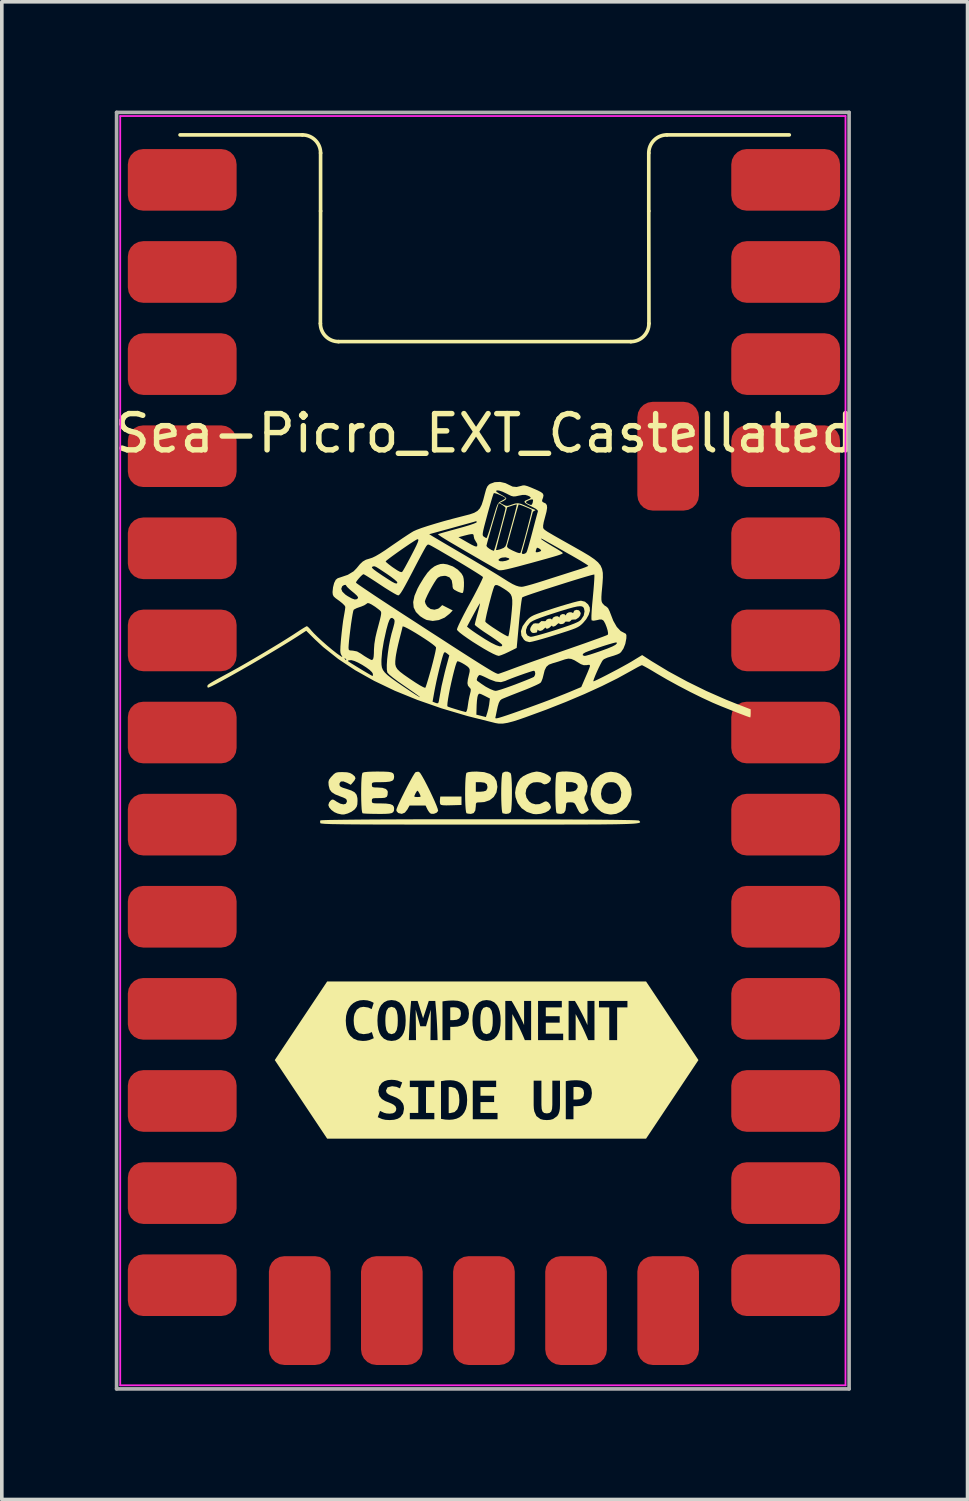
<source format=kicad_pcb>
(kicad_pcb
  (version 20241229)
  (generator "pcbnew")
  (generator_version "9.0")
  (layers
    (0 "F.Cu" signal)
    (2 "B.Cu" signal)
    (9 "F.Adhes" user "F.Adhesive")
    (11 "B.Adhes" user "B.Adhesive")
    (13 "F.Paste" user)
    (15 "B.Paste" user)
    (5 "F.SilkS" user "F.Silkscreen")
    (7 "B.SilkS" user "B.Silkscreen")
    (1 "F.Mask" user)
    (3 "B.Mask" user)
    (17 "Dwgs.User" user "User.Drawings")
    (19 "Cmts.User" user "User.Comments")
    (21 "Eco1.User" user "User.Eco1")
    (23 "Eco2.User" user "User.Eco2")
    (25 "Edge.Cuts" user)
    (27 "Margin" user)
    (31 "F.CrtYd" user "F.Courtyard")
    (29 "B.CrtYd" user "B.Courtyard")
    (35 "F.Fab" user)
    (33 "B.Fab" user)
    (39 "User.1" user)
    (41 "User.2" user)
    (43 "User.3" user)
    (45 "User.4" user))
  (footprint "Sea-Picro_EXT_Castellated"
    (layer "F.Cu")
    (at 10.265 17.15)
    (property "Reference" "Sea-Picro_EXT_Castellated" (at 0.05 -8.25 0) (unlocked yes) (layer "F.SilkS") (effects (font (size 1 1) (thickness 0.15))))
    (attr smd exclude_from_pos_files)
    (fp_line (start -4.975 -16.48) (end -8.35 -16.48) (stroke (width 0.1) (type solid)) (layer "F.SilkS"))
    (fp_line (start -4.475 -14.38) (end -4.48 -11.28) (stroke (width 0.1) (type solid)) (layer "F.SilkS"))
    (fp_line (start -4.475 -14.38) (end -4.475 -15.98) (stroke (width 0.1) (type solid)) (layer "F.SilkS"))
    (fp_line (start -3.98 -10.78) (end 4.08 -10.78) (stroke (width 0.1) (type solid)) (layer "F.SilkS"))
    (fp_line (start 4.575 -14.38) (end 4.575 -15.98) (stroke (width 0.1) (type solid)) (layer "F.SilkS"))
    (fp_line (start 4.575 -14.38) (end 4.58 -11.28) (stroke (width 0.1) (type solid)) (layer "F.SilkS"))
    (fp_line (start 5.075 -16.48) (end 8.45 -16.48) (stroke (width 0.1) (type solid)) (layer "F.SilkS"))
    (fp_arc (start -4.97451 -16.48) (mid -4.620957 -16.333553) (end -4.47451 -15.98) (stroke (width 0.1) (type solid)) (layer "F.SilkS"))
    (fp_arc (start -3.98 -10.77951) (mid -4.333553 -10.925957) (end -4.48 -11.27951) (stroke (width 0.1) (type solid)) (layer "F.SilkS"))
    (fp_arc (start 4.57549 -15.98) (mid 4.721931 -16.333559) (end 5.07549 -16.48) (stroke (width 0.1) (type solid)) (layer "F.SilkS"))
    (fp_arc (start 4.58 -11.27951) (mid 4.433553 -10.925957) (end 4.08 -10.77951) (stroke (width 0.1) (type solid)) (layer "F.SilkS"))
    (fp_poly (pts (xy -0.589 1.998) (xy -0.874 2.006) (xy -1.012 2.009) (xy -1.101 2.005) (xy -1.152 1.995) (xy -1.175 1.976) (xy -1.177 1.972) (xy -1.186 1.913) (xy -1.183 1.847) (xy -1.174 1.764) (xy -0.589 1.764)) (stroke (width 0) (type solid)) (fill yes) (layer "F.SilkS"))
    (fp_poly (pts (xy -0.792 7.576) (xy -0.845 7.577) (xy -0.899 7.581) (xy -0.899 7.93) (xy -0.811 7.93) (xy -0.721 7.92) (xy -0.656 7.889) (xy -0.617 7.834) (xy -0.604 7.749) (xy -0.616 7.668) (xy -0.655 7.615) (xy -0.715 7.586) (xy -0.792 7.576)) (stroke (width 0) (type solid)) (fill yes) (layer "F.SilkS"))
    (fp_poly (pts (xy 2.604 9.772) (xy 2.551 9.773) (xy 2.499 9.777) (xy 2.499 10.121) (xy 2.585 10.121) (xy 2.674 10.111) (xy 2.738 10.081) (xy 2.777 10.026) (xy 2.79 9.942) (xy 2.777 9.863) (xy 2.739 9.811) (xy 2.68 9.782) (xy 2.604 9.772)) (stroke (width 0) (type solid)) (fill yes) (layer "F.SilkS"))
    (fp_poly (pts (xy -0.942 10.493) (xy -0.923 10.495) (xy -0.904 10.495) (xy -0.783 10.467) (xy -0.704 10.391) (xy -0.661 10.277) (xy -0.651 10.208) (xy -0.648 10.132) (xy -0.658 9.997) (xy -0.694 9.882) (xy -0.765 9.802) (xy -0.88 9.772) (xy -0.911 9.773) (xy -0.942 9.777) (xy -0.942 10.493)) (stroke (width 0) (type solid)) (fill yes) (layer "F.SilkS"))
    (fp_poly (pts (xy -2.689 7.941) (xy -2.687 8.017) (xy -2.682 8.088) (xy -2.658 8.208) (xy -2.606 8.288) (xy -2.517 8.318) (xy -2.429 8.288) (xy -2.377 8.207) (xy -2.352 8.088) (xy -2.348 8.017) (xy -2.346 7.941) (xy -2.348 7.865) (xy -2.352 7.793) (xy -2.377 7.674) (xy -2.428 7.593) (xy -2.517 7.564) (xy -2.606 7.593) (xy -2.658 7.675) (xy -2.682 7.794) (xy -2.687 7.865) (xy -2.689 7.941)) (stroke (width 0) (type solid)) (fill yes) (layer "F.SilkS"))
    (fp_poly (pts (xy -0.069 7.941) (xy -0.068 8.017) (xy -0.063 8.088) (xy -0.039 8.208) (xy 0.013 8.288) (xy 0.102 8.318) (xy 0.19 8.288) (xy 0.243 8.207) (xy 0.267 8.088) (xy 0.272 8.017) (xy 0.273 7.941) (xy 0.272 7.865) (xy 0.267 7.793) (xy 0.243 7.674) (xy 0.191 7.593) (xy 0.102 7.564) (xy 0.013 7.593) (xy -0.039 7.675) (xy -0.063 7.794) (xy -0.068 7.865) (xy -0.069 7.941)) (stroke (width 0) (type solid)) (fill yes) (layer "F.SilkS"))
    (fp_poly (pts (xy 0.688 1.08) (xy 0.754 1.111) (xy 0.771 1.133) (xy 0.782 1.182) (xy 0.791 1.28) (xy 0.798 1.415) (xy 0.801 1.578) (xy 0.801 1.661) (xy 0.8 1.834) (xy 0.794 1.984) (xy 0.786 2.101) (xy 0.776 2.174) (xy 0.771 2.19) (xy 0.719 2.232) (xy 0.637 2.245) (xy 0.546 2.227) (xy 0.545 2.227) (xy 0.532 2.194) (xy 0.521 2.113) (xy 0.513 1.997) (xy 0.508 1.855) (xy 0.506 1.701) (xy 0.507 1.543) (xy 0.511 1.395) (xy 0.518 1.267) (xy 0.528 1.171) (xy 0.54 1.117) (xy 0.544 1.111) (xy 0.609 1.08)) (stroke (width 0) (type solid)) (fill yes) (layer "F.SilkS"))
    (fp_poly (pts (xy 1.589 1.09) (xy 1.694 1.124) (xy 1.789 1.171) (xy 1.857 1.223) (xy 1.879 1.261) (xy 1.868 1.325) (xy 1.822 1.381) (xy 1.757 1.419) (xy 1.691 1.43) (xy 1.64 1.405) (xy 1.635 1.398) (xy 1.598 1.38) (xy 1.523 1.37) (xy 1.485 1.369) (xy 1.386 1.378) (xy 1.314 1.413) (xy 1.267 1.454) (xy 1.199 1.56) (xy 1.178 1.679) (xy 1.204 1.797) (xy 1.274 1.898) (xy 1.348 1.951) (xy 1.453 1.98) (xy 1.562 1.974) (xy 1.637 1.94) (xy 1.702 1.906) (xy 1.744 1.896) (xy 1.798 1.92) (xy 1.847 1.977) (xy 1.876 2.044) (xy 1.874 2.084) (xy 1.82 2.151) (xy 1.724 2.205) (xy 1.603 2.241) (xy 1.471 2.253) (xy 1.387 2.246) (xy 1.212 2.188) (xy 1.068 2.086) (xy 0.962 1.947) (xy 0.901 1.782) (xy 0.889 1.661) (xy 0.909 1.52) (xy 0.96 1.379) (xy 1.029 1.271) (xy 1.109 1.207) (xy 1.225 1.147) (xy 1.351 1.101) (xy 1.467 1.078) (xy 1.49 1.076)) (stroke (width 0) (type solid)) (fill yes) (layer "F.SilkS"))
    (fp_poly (pts (xy 3.689 1.103) (xy 3.789 1.144) (xy 3.934 1.251) (xy 4.036 1.389) (xy 4.093 1.547) (xy 4.103 1.714) (xy 4.064 1.881) (xy 3.975 2.036) (xy 3.954 2.061) (xy 3.825 2.173) (xy 3.68 2.242) (xy 3.531 2.262) (xy 3.479 2.256) (xy 3.401 2.24) (xy 3.354 2.23) (xy 3.27 2.19) (xy 3.176 2.113) (xy 3.088 2.015) (xy 3.022 1.911) (xy 3.008 1.879) (xy 2.97 1.709) (xy 2.971 1.69) (xy 3.258 1.69) (xy 3.276 1.809) (xy 3.289 1.838) (xy 3.363 1.919) (xy 3.465 1.963) (xy 3.578 1.968) (xy 3.685 1.933) (xy 3.75 1.88) (xy 3.805 1.775) (xy 3.817 1.651) (xy 3.784 1.529) (xy 3.74 1.459) (xy 3.677 1.398) (xy 3.609 1.373) (xy 3.537 1.369) (xy 3.446 1.377) (xy 3.382 1.41) (xy 3.335 1.459) (xy 3.278 1.565) (xy 3.258 1.69) (xy 2.971 1.69) (xy 2.981 1.547) (xy 3.035 1.398) (xy 3.123 1.271) (xy 3.24 1.171) (xy 3.378 1.105) (xy 3.53 1.081)) (stroke (width 0) (type solid)) (fill yes) (layer "F.SilkS"))
    (fp_poly (pts (xy 0.036 1.092) (xy 0.196 1.142) (xy 0.31 1.225) (xy 0.378 1.342) (xy 0.401 1.495) (xy 0.401 1.501) (xy 0.375 1.652) (xy 0.301 1.776) (xy 0.187 1.867) (xy 0.038 1.917) (xy -0.061 1.925) (xy -0.142 1.927) (xy -0.181 1.941) (xy -0.193 1.981) (xy -0.194 2.029) (xy -0.208 2.15) (xy -0.253 2.221) (xy -0.328 2.244) (xy -0.334 2.244) (xy -0.407 2.237) (xy -0.45 2.227) (xy -0.463 2.194) (xy -0.474 2.113) (xy -0.482 1.997) (xy -0.487 1.855) (xy -0.489 1.701) (xy -0.488 1.632) (xy -0.194 1.632) (xy -0.068 1.632) (xy 0.019 1.624) (xy 0.082 1.605) (xy 0.093 1.597) (xy 0.123 1.54) (xy 0.128 1.501) (xy 0.109 1.426) (xy 0.047 1.383) (xy -0.062 1.369) (xy -0.068 1.369) (xy -0.194 1.369) (xy -0.194 1.632) (xy -0.488 1.632) (xy -0.488 1.543) (xy -0.484 1.395) (xy -0.477 1.267) (xy -0.467 1.171) (xy -0.455 1.117) (xy -0.451 1.111) (xy -0.401 1.092) (xy -0.303 1.08) (xy -0.172 1.076)) (stroke (width 0) (type solid)) (fill yes) (layer "F.SilkS"))
    (fp_poly (pts (xy -1.752 1.092) (xy -1.719 1.129) (xy -1.67 1.21) (xy -1.607 1.322) (xy -1.537 1.457) (xy -1.464 1.603) (xy -1.394 1.751) (xy -1.33 1.891) (xy -1.279 2.012) (xy -1.245 2.105) (xy -1.233 2.158) (xy -1.234 2.163) (xy -1.276 2.212) (xy -1.349 2.241) (xy -1.426 2.24) (xy -1.437 2.236) (xy -1.478 2.2) (xy -1.522 2.133) (xy -1.53 2.116) (xy -1.58 2.013) (xy -2.022 2.013) (xy -2.081 2.122) (xy -2.151 2.209) (xy -2.235 2.243) (xy -2.328 2.221) (xy -2.337 2.216) (xy -2.379 2.168) (xy -2.386 2.136) (xy -2.372 2.088) (xy -2.336 2) (xy -2.282 1.883) (xy -2.225 1.765) (xy -1.891 1.765) (xy -1.865 1.775) (xy -1.804 1.779) (xy -1.803 1.779) (xy -1.741 1.775) (xy -1.715 1.765) (xy -1.715 1.765) (xy -1.728 1.723) (xy -1.756 1.665) (xy -1.786 1.618) (xy -1.803 1.603) (xy -1.826 1.626) (xy -1.857 1.678) (xy -1.883 1.734) (xy -1.891 1.765) (xy -2.225 1.765) (xy -2.215 1.746) (xy -2.142 1.6) (xy -2.068 1.455) (xy -1.996 1.322) (xy -1.934 1.21) (xy -1.885 1.13) (xy -1.855 1.093) (xy -1.854 1.092) (xy -1.784 1.079)) (stroke (width 0) (type solid)) (fill yes) (layer "F.SilkS"))
    (fp_poly (pts (xy 2.437 1.082) (xy 2.557 1.099) (xy 2.653 1.125) (xy 2.675 1.135) (xy 2.786 1.222) (xy 2.859 1.342) (xy 2.89 1.48) (xy 2.874 1.621) (xy 2.836 1.711) (xy 2.808 1.763) (xy 2.799 1.806) (xy 2.81 1.86) (xy 2.843 1.945) (xy 2.852 1.968) (xy 2.922 2.136) (xy 2.853 2.191) (xy 2.775 2.24) (xy 2.712 2.241) (xy 2.656 2.191) (xy 2.6 2.086) (xy 2.558 1.996) (xy 2.524 1.948) (xy 2.483 1.929) (xy 2.42 1.925) (xy 2.411 1.925) (xy 2.336 1.928) (xy 2.303 1.947) (xy 2.294 1.997) (xy 2.294 2.029) (xy 2.279 2.15) (xy 2.234 2.221) (xy 2.159 2.244) (xy 2.154 2.244) (xy 2.081 2.237) (xy 2.038 2.227) (xy 2.024 2.194) (xy 2.014 2.113) (xy 2.006 1.997) (xy 2.001 1.855) (xy 1.999 1.701) (xy 1.999 1.632) (xy 2.294 1.632) (xy 2.409 1.632) (xy 2.499 1.62) (xy 2.565 1.59) (xy 2.57 1.586) (xy 2.616 1.512) (xy 2.61 1.447) (xy 2.556 1.397) (xy 2.461 1.371) (xy 2.42 1.369) (xy 2.294 1.369) (xy 2.294 1.632) (xy 1.999 1.632) (xy 2 1.543) (xy 2.003 1.395) (xy 2.01 1.267) (xy 2.02 1.171) (xy 2.033 1.117) (xy 2.036 1.111) (xy 2.091 1.088) (xy 2.187 1.076) (xy 2.308 1.074)) (stroke (width 0) (type solid)) (fill yes) (layer "F.SilkS"))
    (fp_poly (pts (xy -0.993 -4.638) (xy -0.972 -4.633) (xy -0.827 -4.58) (xy -0.694 -4.494) (xy -0.591 -4.388) (xy -0.545 -4.309) (xy -0.529 -4.239) (xy -0.521 -4.14) (xy -0.522 -4.032) (xy -0.53 -3.934) (xy -0.545 -3.866) (xy -0.554 -3.85) (xy -0.59 -3.849) (xy -0.659 -3.872) (xy -0.706 -3.893) (xy -0.785 -3.935) (xy -0.824 -3.973) (xy -0.836 -4.028) (xy -0.837 -4.07) (xy -0.858 -4.195) (xy -0.919 -4.278) (xy -1.018 -4.318) (xy -1.066 -4.321) (xy -1.17 -4.306) (xy -1.24 -4.27) (xy -1.284 -4.218) (xy -1.342 -4.129) (xy -1.407 -4.018) (xy -1.473 -3.899) (xy -1.531 -3.784) (xy -1.575 -3.687) (xy -1.597 -3.623) (xy -1.598 -3.613) (xy -1.58 -3.549) (xy -1.535 -3.477) (xy -1.529 -3.47) (xy -1.44 -3.406) (xy -1.334 -3.387) (xy -1.232 -3.415) (xy -1.183 -3.452) (xy -1.121 -3.514) (xy -0.831 -3.367) (xy -0.914 -3.279) (xy -1.053 -3.169) (xy -1.214 -3.101) (xy -1.383 -3.077) (xy -1.545 -3.103) (xy -1.568 -3.112) (xy -1.639 -3.149) (xy -1.722 -3.203) (xy -1.736 -3.214) (xy -1.846 -3.324) (xy -1.908 -3.45) (xy -1.921 -3.598) (xy -1.886 -3.769) (xy -1.802 -3.968) (xy -1.745 -4.074) (xy -1.629 -4.264) (xy -1.528 -4.407) (xy -1.432 -4.51) (xy -1.337 -4.581) (xy -1.259 -4.618) (xy -1.169 -4.647) (xy -1.09 -4.653)) (stroke (width 0) (type solid)) (fill yes) (layer "F.SilkS"))
    (fp_poly (pts (xy -3.747 1.096) (xy -3.663 1.116) (xy -3.599 1.151) (xy -3.531 1.211) (xy -3.512 1.262) (xy -3.54 1.321) (xy -3.57 1.358) (xy -3.642 1.442) (xy -3.743 1.388) (xy -3.845 1.348) (xy -3.915 1.351) (xy -3.951 1.397) (xy -3.954 1.426) (xy -3.947 1.466) (xy -3.919 1.496) (xy -3.857 1.524) (xy -3.764 1.552) (xy -3.624 1.6) (xy -3.533 1.651) (xy -3.482 1.717) (xy -3.459 1.807) (xy -3.456 1.881) (xy -3.461 1.982) (xy -3.481 2.049) (xy -3.525 2.108) (xy -3.544 2.128) (xy -3.623 2.185) (xy -3.725 2.232) (xy -3.825 2.259) (xy -3.895 2.259) (xy -3.944 2.248) (xy -4.003 2.235) (xy -4.091 2.198) (xy -4.175 2.137) (xy -4.237 2.065) (xy -4.261 2) (xy -4.24 1.93) (xy -4.203 1.881) (xy -4.165 1.852) (xy -4.13 1.848) (xy -4.08 1.874) (xy -4.03 1.908) (xy -3.928 1.963) (xy -3.84 1.981) (xy -3.778 1.963) (xy -3.75 1.909) (xy -3.749 1.897) (xy -3.756 1.855) (xy -3.786 1.823) (xy -3.851 1.792) (xy -3.935 1.761) (xy -4.076 1.704) (xy -4.169 1.643) (xy -4.224 1.568) (xy -4.25 1.469) (xy -4.253 1.449) (xy -4.258 1.365) (xy -4.243 1.305) (xy -4.198 1.242) (xy -4.164 1.204) (xy -4.105 1.143) (xy -4.054 1.109) (xy -3.992 1.094) (xy -3.897 1.091) (xy -3.87 1.091)) (stroke (width 0) (type solid)) (fill yes) (layer "F.SilkS"))
    (fp_poly (pts (xy -2.728 1.078) (xy -2.605 1.084) (xy -2.524 1.098) (xy -2.477 1.122) (xy -2.454 1.16) (xy -2.447 1.214) (xy -2.447 1.227) (xy -2.458 1.288) (xy -2.495 1.329) (xy -2.569 1.354) (xy -2.685 1.366) (xy -2.811 1.369) (xy -2.932 1.369) (xy -3.006 1.374) (xy -3.044 1.385) (xy -3.059 1.406) (xy -3.061 1.441) (xy -3.061 1.442) (xy -3.056 1.486) (xy -3.032 1.507) (xy -2.973 1.515) (xy -2.917 1.515) (xy -2.769 1.525) (xy -2.673 1.557) (xy -2.627 1.61) (xy -2.622 1.644) (xy -2.628 1.725) (xy -2.651 1.774) (xy -2.704 1.799) (xy -2.799 1.807) (xy -2.86 1.808) (xy -2.966 1.809) (xy -3.026 1.815) (xy -3.053 1.832) (xy -3.061 1.863) (xy -3.061 1.881) (xy -3.059 1.917) (xy -3.043 1.939) (xy -3.003 1.95) (xy -2.925 1.954) (xy -2.829 1.954) (xy -2.667 1.959) (xy -2.555 1.974) (xy -2.486 2.003) (xy -2.453 2.049) (xy -2.447 2.094) (xy -2.451 2.152) (xy -2.47 2.193) (xy -2.511 2.221) (xy -2.584 2.236) (xy -2.696 2.243) (xy -2.857 2.245) (xy -2.899 2.244) (xy -3.045 2.242) (xy -3.171 2.239) (xy -3.265 2.234) (xy -3.314 2.228) (xy -3.317 2.227) (xy -3.331 2.194) (xy -3.342 2.113) (xy -3.349 1.997) (xy -3.354 1.855) (xy -3.356 1.701) (xy -3.355 1.543) (xy -3.352 1.395) (xy -3.345 1.267) (xy -3.335 1.171) (xy -3.322 1.117) (xy -3.319 1.111) (xy -3.272 1.094) (xy -3.171 1.083) (xy -3.015 1.077) (xy -2.9 1.076)) (stroke (width 0) (type solid)) (fill yes) (layer "F.SilkS"))
    (fp_poly (pts (xy -0.058 2.391) (xy 0.381 2.391) (xy 0.816 2.392) (xy 1.242 2.393) (xy 1.657 2.394) (xy 2.056 2.396) (xy 2.435 2.398) (xy 2.79 2.4) (xy 3.118 2.402) (xy 3.414 2.405) (xy 3.674 2.408) (xy 3.895 2.412) (xy 4.073 2.415) (xy 4.203 2.419) (xy 4.282 2.424) (xy 4.306 2.427) (xy 4.321 2.442) (xy 4.332 2.456) (xy 4.337 2.468) (xy 4.332 2.479) (xy 4.316 2.489) (xy 4.286 2.497) (xy 4.238 2.505) (xy 4.171 2.512) (xy 4.082 2.517) (xy 3.968 2.522) (xy 3.826 2.526) (xy 3.654 2.53) (xy 3.45 2.532) (xy 3.209 2.535) (xy 2.931 2.536) (xy 2.611 2.537) (xy 2.248 2.538) (xy 1.839 2.539) (xy 1.381 2.539) (xy 0.872 2.539) (xy 0.309 2.539) (xy -0.096 2.539) (xy -0.694 2.539) (xy -1.236 2.539) (xy -1.725 2.539) (xy -2.164 2.538) (xy -2.555 2.538) (xy -2.9 2.537) (xy -3.203 2.535) (xy -3.466 2.534) (xy -3.691 2.532) (xy -3.882 2.53) (xy -4.041 2.527) (xy -4.171 2.525) (xy -4.274 2.521) (xy -4.354 2.518) (xy -4.411 2.513) (xy -4.451 2.509) (xy -4.474 2.504) (xy -4.484 2.498) (xy -4.484 2.497) (xy -4.488 2.441) (xy -4.481 2.424) (xy -4.45 2.419) (xy -4.364 2.415) (xy -4.227 2.411) (xy -4.043 2.408) (xy -3.817 2.405) (xy -3.552 2.402) (xy -3.251 2.399) (xy -2.92 2.397) (xy -2.561 2.395) (xy -2.179 2.394) (xy -1.778 2.392) (xy -1.362 2.392) (xy -0.934 2.391) (xy -0.498 2.391)) (stroke (width 0) (type solid)) (fill yes) (layer "F.SilkS"))
    (fp_poly (pts (xy 2.638 -3.374) (xy 2.663 -3.357) (xy 2.7 -3.294) (xy 2.683 -3.224) (xy 2.641 -3.17) (xy 2.564 -3.118) (xy 2.511 -3.116) (xy 2.448 -3.11) (xy 2.427 -3.086) (xy 2.386 -3.055) (xy 2.337 -3.057) (xy 2.283 -3.059) (xy 2.265 -3.045) (xy 2.24 -3.012) (xy 2.187 -2.991) (xy 2.133 -2.989) (xy 2.112 -3.002) (xy 2.083 -3.014) (xy 2.054 -2.988) (xy 2.004 -2.944) (xy 1.953 -2.921) (xy 1.918 -2.925) (xy 1.913 -2.939) (xy 1.9 -2.949) (xy 1.877 -2.928) (xy 1.827 -2.883) (xy 1.775 -2.862) (xy 1.741 -2.869) (xy 1.737 -2.882) (xy 1.724 -2.896) (xy 1.7 -2.872) (xy 1.641 -2.821) (xy 1.578 -2.801) (xy 1.532 -2.817) (xy 1.528 -2.822) (xy 1.509 -2.839) (xy 1.504 -2.808) (xy 1.491 -2.765) (xy 1.477 -2.757) (xy 1.426 -2.748) (xy 1.411 -2.744) (xy 1.361 -2.751) (xy 1.335 -2.772) (xy 1.303 -2.826) (xy 1.311 -2.884) (xy 1.348 -2.951) (xy 1.397 -3.004) (xy 1.458 -3.013) (xy 1.477 -3.01) (xy 1.545 -3.01) (xy 1.575 -3.04) (xy 1.615 -3.073) (xy 1.665 -3.072) (xy 1.719 -3.07) (xy 1.738 -3.084) (xy 1.762 -3.117) (xy 1.816 -3.138) (xy 1.87 -3.14) (xy 1.891 -3.127) (xy 1.91 -3.112) (xy 1.913 -3.131) (xy 1.938 -3.171) (xy 1.993 -3.2) (xy 2.054 -3.209) (xy 2.093 -3.19) (xy 2.113 -3.171) (xy 2.118 -3.2) (xy 2.142 -3.243) (xy 2.195 -3.267) (xy 2.25 -3.263) (xy 2.27 -3.246) (xy 2.29 -3.227) (xy 2.293 -3.248) (xy 2.319 -3.289) (xy 2.375 -3.315) (xy 2.436 -3.318) (xy 2.462 -3.306) (xy 2.493 -3.295) (xy 2.499 -3.321) (xy 2.522 -3.363) (xy 2.577 -3.383)) (stroke (width 0) (type solid)) (fill yes) (layer "F.SilkS"))
    (fp_poly (pts (xy 2.816 -3.608) (xy 2.903 -3.533) (xy 2.948 -3.449) (xy 2.953 -3.357) (xy 2.918 -3.244) (xy 2.85 -3.124) (xy 2.763 -3.021) (xy 2.717 -2.977) (xy 2.673 -2.941) (xy 2.621 -2.909) (xy 2.553 -2.876) (xy 2.461 -2.841) (xy 2.337 -2.798) (xy 2.172 -2.745) (xy 2.001 -2.691) (xy 1.814 -2.633) (xy 1.641 -2.582) (xy 1.491 -2.54) (xy 1.374 -2.51) (xy 1.299 -2.495) (xy 1.282 -2.493) (xy 1.182 -2.52) (xy 1.132 -2.56) (xy 1.062 -2.673) (xy 1.05 -2.796) (xy 1.061 -2.828) (xy 1.19 -2.828) (xy 1.193 -2.741) (xy 1.232 -2.675) (xy 1.305 -2.642) (xy 1.33 -2.64) (xy 1.385 -2.649) (xy 1.485 -2.674) (xy 1.621 -2.711) (xy 1.784 -2.759) (xy 1.964 -2.815) (xy 2.025 -2.834) (xy 2.237 -2.904) (xy 2.399 -2.959) (xy 2.52 -3.005) (xy 2.606 -3.043) (xy 2.665 -3.077) (xy 2.704 -3.109) (xy 2.707 -3.112) (xy 2.781 -3.224) (xy 2.804 -3.342) (xy 2.789 -3.421) (xy 2.769 -3.456) (xy 2.735 -3.477) (xy 2.682 -3.484) (xy 2.602 -3.476) (xy 2.491 -3.451) (xy 2.341 -3.41) (xy 2.147 -3.351) (xy 1.976 -3.296) (xy 1.76 -3.226) (xy 1.594 -3.168) (xy 1.471 -3.121) (xy 1.383 -3.081) (xy 1.324 -3.046) (xy 1.296 -3.022) (xy 1.224 -2.926) (xy 1.19 -2.828) (xy 1.061 -2.828) (xy 1.095 -2.931) (xy 1.198 -3.076) (xy 1.219 -3.099) (xy 1.259 -3.141) (xy 1.299 -3.175) (xy 1.348 -3.207) (xy 1.412 -3.239) (xy 1.501 -3.274) (xy 1.623 -3.317) (xy 1.784 -3.37) (xy 1.971 -3.431) (xy 2.159 -3.49) (xy 2.335 -3.542) (xy 2.488 -3.586) (xy 2.609 -3.617) (xy 2.688 -3.633) (xy 2.708 -3.635)) (stroke (width 0) (type solid)) (fill yes) (layer "F.SilkS"))
    (fp_poly (pts (xy -3.78 6.864) (xy -3.641 7.524) (xy -3.57 7.461) (xy -3.486 7.414) (xy -3.392 7.386) (xy -3.289 7.377) (xy -3.185 7.386) (xy -3.104 7.408) (xy -3.046 7.434) (xy -3.01 7.455) (xy -3.066 7.627) (xy -3.163 7.582) (xy -3.293 7.564) (xy -3.391 7.582) (xy -3.477 7.643) (xy -3.538 7.757) (xy -3.556 7.838) (xy -3.562 7.936) (xy -3.555 8.049) (xy -3.533 8.144) (xy -2.907 7.941) (xy -2.9 7.81) (xy -2.881 7.696) (xy -2.849 7.599) (xy -2.804 7.519) (xy -2.726 7.44) (xy -2.631 7.393) (xy -2.517 7.377) (xy -2.401 7.393) (xy -2.304 7.44) (xy -2.228 7.519) (xy -2.184 7.599) (xy -2.153 7.696) (xy -2.134 7.81) (xy -2 7.647) (xy -1.989 7.52) (xy -1.978 7.401) (xy -1.8 7.401) (xy -1.769 7.496) (xy -1.73 7.62) (xy -1.688 7.754) (xy -1.648 7.88) (xy -1.604 7.746) (xy -1.56 7.613) (xy -1.522 7.494) (xy -1.491 7.401) (xy -1.312 7.401) (xy -1.3 7.541) (xy -1.289 7.677) (xy -1.278 7.811) (xy -1.113 8.482) (xy -1.113 7.415) (xy -1.043 7.403) (xy -0.963 7.395) (xy -0.885 7.391) (xy -0.817 7.389) (xy -0.689 7.398) (xy -0.583 7.427) (xy -0.497 7.474) (xy -0.434 7.542) (xy -0.396 7.634) (xy -0.383 7.751) (xy -0.396 7.868) (xy -0.434 7.961) (xy -0.287 7.941) (xy -0.281 7.81) (xy -0.262 7.696) (xy -0.229 7.599) (xy -0.184 7.519) (xy -0.107 7.44) (xy -0.011 7.393) (xy 0.102 7.377) (xy 0.219 7.393) (xy 0.315 7.44) (xy 0.392 7.519) (xy 0.435 7.599) (xy 0.466 7.696) (xy 0.485 7.81) (xy 0.491 7.941) (xy 0.485 8.072) (xy 0.466 8.186) (xy 0.434 8.283) (xy 0.39 8.363) (xy 0.313 8.442) (xy 0.218 8.489) (xy 0.104 8.505) (xy -0.013 8.489) (xy -0.11 8.442) (xy -0.187 8.363) (xy -0.231 8.283) (xy -0.262 8.186) (xy -0.281 8.072) (xy -0.287 7.941) (xy -0.434 7.961) (xy -0.498 8.031) (xy -0.585 8.079) (xy -0.693 8.108) (xy -0.822 8.117) (xy -0.899 8.117) (xy -0.899 8.482) (xy -1.113 8.482) (xy -1.278 7.811) (xy -1.27 7.943) (xy -1.263 8.076) (xy -1.257 8.209) (xy -1.252 8.344) (xy -1.248 8.482) (xy -1.445 8.482) (xy -1.435 7.642) (xy -1.567 8.1) (xy -1.725 8.1) (xy -1.852 7.642) (xy -1.843 8.482) (xy -2.041 8.482) (xy -2.035 8.347) (xy -2.029 8.206) (xy -2.023 8.064) (xy -2.016 7.922) (xy -2.009 7.782) (xy -2 7.647) (xy -2.134 7.81) (xy -2.128 7.941) (xy -2.134 8.072) (xy -2.153 8.186) (xy -2.185 8.283) (xy -2.229 8.363) (xy -2.306 8.442) (xy -2.402 8.489) (xy -2.516 8.505) (xy -2.633 8.489) (xy -2.729 8.442) (xy -2.806 8.363) (xy -2.85 8.283) (xy -2.882 8.186) (xy -2.901 8.072) (xy -2.907 7.941) (xy -3.533 8.144) (xy -3.498 8.219) (xy -3.414 8.293) (xy -3.289 8.318) (xy -3.15 8.299) (xy -3.062 8.26) (xy -3.008 8.43) (xy -3.131 8.481) (xy -3.215 8.499) (xy -3.31 8.505) (xy -3.451 8.489) (xy -2.883 9.894) (xy -2.858 9.761) (xy -2.785 9.66) (xy -2.712 9.613) (xy -2.623 9.585) (xy -2.518 9.576) (xy -2.426 9.582) (xy -2.347 9.598) (xy -2.224 9.648) (xy -2.286 9.812) (xy -2.381 9.77) (xy -2.502 9.753) (xy -2.629 9.784) (xy -2.671 9.875) (xy -2.654 9.93) (xy -2.61 9.971) (xy -2.55 10.003) (xy -2.483 10.028) (xy -2.379 10.071) (xy -2.28 10.133) (xy -2.205 10.229) (xy -2.183 10.294) (xy -2.175 10.374) (xy -2.2 10.507) (xy -2.014 10.665) (xy -2.014 10.49) (xy -1.781 10.49) (xy -1.781 9.776) (xy -2.014 9.776) (xy -2.014 9.6) (xy -1.338 9.6) (xy -1.338 9.776) (xy -1.154 10.653) (xy -1.154 9.614) (xy -1.018 9.593) (xy -0.899 9.588) (xy -0.798 9.596) (xy -0.707 9.619) (xy -0.627 9.659) (xy -0.56 9.716) (xy -0.506 9.791) (xy -0.466 9.885) (xy -0.441 9.998) (xy -0.433 10.132) (xy -0.442 10.269) (xy -0.47 10.384) (xy -0.514 10.478) (xy -0.572 10.553) (xy -0.644 10.61) (xy -0.728 10.649) (xy -0.823 10.671) (xy -0.926 10.679) (xy -1.037 10.673) (xy -1.154 10.653) (xy -1.338 9.776) (xy -1.568 9.776) (xy -1.568 10.49) (xy -1.338 10.49) (xy -1.338 10.665) (xy -2.014 10.665) (xy -2.2 10.507) (xy -2.273 10.606) (xy -2.349 10.651) (xy -2.447 10.678) (xy -2.568 10.687) (xy -2.687 10.68) (xy -2.779 10.659) (xy -2.898 10.607) (xy -2.836 10.434) (xy -2.725 10.486) (xy -2.654 10.504) (xy -2.568 10.51) (xy -2.479 10.499) (xy -2.423 10.468) (xy -2.395 10.423) (xy -2.387 10.373) (xy -2.406 10.314) (xy -2.454 10.268) (xy -2.52 10.232) (xy -2.592 10.202) (xy -2.692 10.163) (xy -2.785 10.106) (xy -2.855 10.021) (xy -2.883 9.894) (xy -3.451 8.489) (xy -3.567 8.44) (xy -3.659 8.358) (xy -3.712 8.277) (xy -3.75 8.181) (xy -3.772 8.068) (xy -3.78 7.941) (xy -3.771 7.814) (xy -3.743 7.702) (xy -3.699 7.605) (xy -3.641 7.524) (xy -3.78 6.864) (xy -4.293 6.864) (xy -5.738 9.032) (xy -4.293 11.2) (xy -0.278 10.665) (xy -0.278 9.6) (xy 0.367 9.6) (xy 0.367 9.776) (xy -0.066 9.776) (xy -0.066 10.015) (xy 0.311 10.015) (xy 0.311 10.19) (xy -0.066 10.19) (xy -0.066 10.49) (xy 0.405 10.49) (xy 0.405 10.665) (xy -0.278 10.665) (xy -4.293 11.2) (xy -3.78 11.2) (xy 1.761 10.687) (xy 1.666 10.68) (xy 1.588 10.659) (xy 1.477 10.577) (xy 1.419 10.448) (xy 1.406 10.368) (xy 1.401 10.28) (xy 1.401 9.6) (xy 1.615 9.6) (xy 1.615 10.266) (xy 1.622 10.379) (xy 1.645 10.452) (xy 1.69 10.491) (xy 1.764 10.503) (xy 1.838 10.491) (xy 1.885 10.451) (xy 1.909 10.377) (xy 1.916 10.264) (xy 1.916 9.6) (xy 2.127 9.6) (xy 2.127 10.28) (xy 2.123 10.368) (xy 2.11 10.448) (xy 2.086 10.518) (xy 2.05 10.577) (xy 1.936 10.659) (xy 1.857 10.68) (xy 1.761 10.687) (xy -3.78 11.2) (xy 3.987 11.2) (xy 2.994 10.06) (xy 2.956 10.152) (xy 2.894 10.22) (xy 2.808 10.268) (xy 2.702 10.296) (xy 2.575 10.305) (xy 2.499 10.305) (xy 2.499 10.665) (xy 2.287 10.665) (xy 2.287 9.614) (xy 2.357 9.602) (xy 2.435 9.594) (xy 2.513 9.59) (xy 2.58 9.588) (xy 2.705 9.597) (xy 2.81 9.625) (xy 2.895 9.671) (xy 2.957 9.739) (xy 2.994 9.83) (xy 3.007 9.944) (xy 2.994 10.06) (xy 3.987 11.2) (xy 4.5 11.2) (xy 5.945 9.032) (xy 1.158 8.482) (xy 1.108 8.362) (xy 1.055 8.243) (xy 0.999 8.123) (xy 0.94 8.004) (xy 0.878 7.884) (xy 0.813 7.764) (xy 0.813 8.482) (xy 0.619 8.482) (xy 0.619 7.401) (xy 0.792 7.401) (xy 0.841 7.481) (xy 0.89 7.568) (xy 0.938 7.658) (xy 0.985 7.747) (xy 1.029 7.835) (xy 1.07 7.92) (xy 1.107 7.998) (xy 1.137 8.067) (xy 1.137 7.401) (xy 1.331 7.401) (xy 1.522 8.482) (xy 1.522 7.401) (xy 2.177 7.401) (xy 2.177 7.579) (xy 1.736 7.579) (xy 1.736 7.822) (xy 2.119 7.822) (xy 2.119 8) (xy 1.736 8) (xy 1.736 8.304) (xy 2.215 8.304) (xy 2.215 8.482) (xy 1.522 8.482) (xy 1.331 7.401) (xy 1.331 8.482) (xy 1.158 8.482) (xy 5.945 9.032) (xy 4.5 6.864) (xy 3.078 7.401) (xy 3.078 8.482) (xy 3.486 8.482) (xy 3.486 7.579) (xy 3.202 7.579) (xy 3.202 7.401) (xy 3.987 7.401) (xy 3.987 7.579) (xy 3.703 7.579) (xy 3.703 8.482) (xy 3.486 8.482) (xy 3.078 8.482) (xy 2.905 8.482) (xy 2.854 8.362) (xy 2.801 8.243) (xy 2.745 8.123) (xy 2.686 8.004) (xy 2.624 7.884) (xy 2.559 7.764) (xy 2.559 8.482) (xy 2.365 8.482) (xy 2.365 7.401) (xy 2.538 7.401) (xy 2.587 7.481) (xy 2.636 7.568) (xy 2.684 7.658) (xy 2.731 7.747) (xy 2.775 7.835) (xy 2.817 7.92) (xy 2.853 7.998) (xy 2.884 8.067) (xy 2.884 7.401) (xy 3.078 7.401) (xy 4.5 6.864) (xy 3.987 6.864) (xy -3.78 6.864)) (stroke (width 0) (type solid)) (fill yes) (layer "F.SilkS"))
    (fp_poly (pts (xy 0.622 -6.878) (xy 0.699 -6.84) (xy 0.82 -6.782) (xy 0.932 -6.771) (xy 1.052 -6.8) (xy 1.105 -6.815) (xy 1.158 -6.814) (xy 1.226 -6.796) (xy 1.327 -6.757) (xy 1.376 -6.736) (xy 1.514 -6.676) (xy 1.604 -6.63) (xy 1.654 -6.589) (xy 1.672 -6.545) (xy 1.663 -6.488) (xy 1.635 -6.409) (xy 1.633 -6.406) (xy 1.642 -6.362) (xy 1.677 -6.343) (xy 1.734 -6.315) (xy 1.765 -6.269) (xy 1.772 -6.196) (xy 1.754 -6.087) (xy 1.717 -5.947) (xy 1.679 -5.804) (xy 1.662 -5.707) (xy 1.663 -5.647) (xy 1.67 -5.629) (xy 1.683 -5.612) (xy 1.703 -5.592) (xy 1.736 -5.568) (xy 1.787 -5.534) (xy 1.863 -5.489) (xy 1.967 -5.428) (xy 2.106 -5.349) (xy 2.285 -5.248) (xy 2.509 -5.122) (xy 2.525 -5.113) (xy 2.752 -4.984) (xy 2.933 -4.876) (xy 3.072 -4.781) (xy 3.175 -4.694) (xy 3.245 -4.607) (xy 3.287 -4.512) (xy 3.308 -4.404) (xy 3.31 -4.275) (xy 3.3 -4.118) (xy 3.291 -4.014) (xy 3.276 -3.855) (xy 3.269 -3.742) (xy 3.269 -3.666) (xy 3.276 -3.615) (xy 3.291 -3.577) (xy 3.3 -3.563) (xy 3.354 -3.504) (xy 3.403 -3.475) (xy 3.452 -3.431) (xy 3.499 -3.336) (xy 3.51 -3.305) (xy 3.597 -3.081) (xy 3.693 -2.913) (xy 3.8 -2.799) (xy 3.909 -2.741) (xy 3.945 -2.721) (xy 3.959 -2.681) (xy 3.957 -2.603) (xy 3.955 -2.586) (xy 3.928 -2.445) (xy 3.877 -2.316) (xy 3.811 -2.218) (xy 3.772 -2.184) (xy 3.708 -2.154) (xy 3.612 -2.12) (xy 3.535 -2.097) (xy 3.433 -2.065) (xy 3.351 -2.028) (xy 3.314 -2.002) (xy 3.284 -1.959) (xy 3.243 -1.882) (xy 3.194 -1.783) (xy 3.145 -1.676) (xy 3.1 -1.572) (xy 3.066 -1.485) (xy 3.048 -1.428) (xy 3.049 -1.411) (xy 3.087 -1.425) (xy 3.167 -1.462) (xy 3.279 -1.517) (xy 3.413 -1.585) (xy 3.562 -1.663) (xy 3.714 -1.743) (xy 3.861 -1.823) (xy 3.993 -1.896) (xy 4.101 -1.958) (xy 4.128 -1.975) (xy 4.393 -2.136) (xy 4.653 -1.968) (xy 5.122 -1.684) (xy 5.632 -1.407) (xy 6.167 -1.144) (xy 6.708 -0.906) (xy 6.983 -0.796) (xy 7.386 -0.64) (xy 7.386 -0.528) (xy 7.383 -0.457) (xy 7.376 -0.418) (xy 7.374 -0.416) (xy 7.338 -0.427) (xy 7.259 -0.455) (xy 7.146 -0.498) (xy 7.009 -0.55) (xy 6.86 -0.609) (xy 6.707 -0.67) (xy 6.562 -0.728) (xy 6.435 -0.781) (xy 6.336 -0.823) (xy 6.334 -0.824) (xy 6.041 -0.96) (xy 5.722 -1.117) (xy 5.397 -1.287) (xy 5.085 -1.458) (xy 4.81 -1.618) (xy 4.674 -1.7) (xy 4.554 -1.77) (xy 4.459 -1.822) (xy 4.401 -1.852) (xy 4.386 -1.857) (xy 4.35 -1.843) (xy 4.276 -1.806) (xy 4.175 -1.75) (xy 4.093 -1.704) (xy 3.714 -1.495) (xy 3.282 -1.28) (xy 2.807 -1.063) (xy 2.292 -0.845) (xy 1.747 -0.63) (xy 1.176 -0.421) (xy 1.045 -0.375) (xy 0.843 -0.309) (xy 0.682 -0.267) (xy 0.551 -0.246) (xy 0.438 -0.246) (xy 0.348 -0.261) (xy -0.244 -0.409) (xy 0.344 -0.409) (xy 0.348 -0.394) (xy 0.375 -0.391) (xy 0.433 -0.403) (xy 0.527 -0.431) (xy 0.664 -0.476) (xy 0.824 -0.531) (xy 1.023 -0.601) (xy 1.239 -0.678) (xy 1.451 -0.755) (xy 1.639 -0.824) (xy 1.711 -0.851) (xy 1.888 -0.918) (xy 2.078 -0.993) (xy 2.259 -1.065) (xy 2.408 -1.126) (xy 2.713 -1.254) (xy 2.824 -1.51) (xy 2.888 -1.658) (xy 2.929 -1.759) (xy 2.951 -1.822) (xy 2.952 -1.856) (xy 2.934 -1.867) (xy 2.898 -1.865) (xy 2.866 -1.859) (xy 2.783 -1.857) (xy 2.703 -1.885) (xy 2.644 -1.921) (xy 2.528 -1.992) (xy 2.438 -2.03) (xy 2.357 -2.038) (xy 2.265 -2.018) (xy 2.208 -1.999) (xy 2.093 -1.96) (xy 1.979 -1.925) (xy 1.925 -1.91) (xy 1.821 -1.872) (xy 1.751 -1.811) (xy 1.704 -1.716) (xy 1.675 -1.599) (xy 1.649 -1.496) (xy 1.617 -1.412) (xy 1.593 -1.374) (xy 1.551 -1.347) (xy 1.463 -1.304) (xy 1.341 -1.25) (xy 1.194 -1.189) (xy 1.063 -1.138) (xy 0.902 -1.075) (xy 0.756 -1.018) (xy 0.636 -0.969) (xy 0.551 -0.934) (xy 0.517 -0.918) (xy 0.475 -0.882) (xy 0.44 -0.816) (xy 0.409 -0.712) (xy 0.377 -0.563) (xy 0.36 -0.478) (xy 0.345 -0.412) (xy 0.344 -0.409) (xy -0.244 -0.409) (xy -0.418 -0.453) (xy -0.554 -0.493) (xy -0.179 -0.493) (xy -0.047 -0.46) (xy 0.084 -0.427) (xy 0.122 -0.546) (xy 0.151 -0.654) (xy 0.174 -0.774) (xy 0.177 -0.802) (xy 0.194 -0.938) (xy 0.045 -1.014) (xy -0.039 -1.055) (xy -0.087 -1.072) (xy -0.113 -1.064) (xy -0.133 -1.034) (xy -0.135 -1.031) (xy -0.15 -0.975) (xy -0.163 -0.879) (xy -0.171 -0.762) (xy -0.172 -0.733) (xy -0.179 -0.493) (xy -0.554 -0.493) (xy -1.137 -0.666) (xy -1.361 -0.744) (xy -0.98 -0.744) (xy -0.975 -0.72) (xy -0.943 -0.706) (xy -0.87 -0.681) (xy -0.774 -0.651) (xy -0.669 -0.619) (xy -0.572 -0.591) (xy -0.498 -0.572) (xy -0.468 -0.565) (xy -0.447 -0.591) (xy -0.427 -0.66) (xy -0.416 -0.731) (xy -0.397 -0.859) (xy -0.371 -0.993) (xy -0.357 -1.049) (xy -0.336 -1.139) (xy -0.333 -1.191) (xy -0.35 -1.225) (xy -0.373 -1.246) (xy -0.411 -1.295) (xy -0.425 -1.362) (xy -0.414 -1.459) (xy -0.168 -1.459) (xy -0.16 -1.431) (xy -0.132 -1.41) (xy -0.074 -1.368) (xy -0.047 -1.348) (xy 0.079 -1.264) (xy 0.202 -1.199) (xy 0.305 -1.158) (xy 0.356 -1.149) (xy 0.405 -1.159) (xy 0.498 -1.186) (xy 0.624 -1.228) (xy 0.773 -1.281) (xy 0.898 -1.327) (xy 1.055 -1.388) (xy 1.195 -1.443) (xy 1.307 -1.489) (xy 1.382 -1.522) (xy 1.409 -1.536) (xy 1.438 -1.586) (xy 1.445 -1.634) (xy 1.432 -1.687) (xy 1.409 -1.704) (xy 1.364 -1.694) (xy 1.278 -1.667) (xy 1.164 -1.629) (xy 1.034 -1.583) (xy 0.901 -1.535) (xy 0.779 -1.489) (xy 0.68 -1.45) (xy 0.62 -1.423) (xy 0.499 -1.389) (xy 0.355 -1.404) (xy 0.184 -1.467) (xy 0.124 -1.497) (xy 0.029 -1.543) (xy -0.049 -1.576) (xy -0.091 -1.587) (xy -0.123 -1.564) (xy -0.152 -1.513) (xy -0.168 -1.459) (xy -0.414 -1.459) (xy -0.414 -1.46) (xy -0.387 -1.577) (xy -0.365 -1.674) (xy -0.363 -1.734) (xy -0.381 -1.778) (xy -0.384 -1.782) (xy -0.427 -1.824) (xy -0.497 -1.872) (xy -0.576 -1.918) (xy -0.648 -1.953) (xy -0.696 -1.966) (xy -0.705 -1.963) (xy -0.728 -1.919) (xy -0.758 -1.829) (xy -0.792 -1.705) (xy -0.829 -1.557) (xy -0.867 -1.395) (xy -0.903 -1.23) (xy -0.934 -1.072) (xy -0.959 -0.931) (xy -0.975 -0.819) (xy -0.98 -0.744) (xy -1.361 -0.744) (xy -1.668 -0.851) (xy -1.387 -0.851) (xy -1.324 -0.826) (xy -1.263 -0.805) (xy -1.231 -0.813) (xy -1.214 -0.861) (xy -1.204 -0.921) (xy -1.14 -1.276) (xy -1.051 -1.657) (xy -1.012 -1.807) (xy -0.925 -2.128) (xy -0.989 -2.181) (xy -1.038 -2.214) (xy -1.065 -2.208) (xy -1.076 -2.191) (xy -1.097 -2.137) (xy -1.127 -2.037) (xy -1.163 -1.903) (xy -1.203 -1.746) (xy -1.243 -1.578) (xy -1.281 -1.41) (xy -1.313 -1.254) (xy -1.332 -1.157) (xy -1.387 -0.851) (xy -1.668 -0.851) (xy -1.808 -0.9) (xy -2.43 -1.153) (xy -3.002 -1.427) (xy -3.522 -1.719) (xy -3.904 -1.972) (xy -3.721 -1.972) (xy -3.717 -1.967) (xy -3.685 -1.945) (xy -3.616 -1.9) (xy -3.52 -1.841) (xy -3.41 -1.774) (xy -3.297 -1.705) (xy -3.192 -1.643) (xy -3.107 -1.593) (xy -3.053 -1.563) (xy -3.04 -1.557) (xy -3.033 -1.582) (xy -3.032 -1.616) (xy -3.057 -1.663) (xy -3.122 -1.726) (xy -3.217 -1.796) (xy -3.327 -1.866) (xy -3.44 -1.928) (xy -3.509 -1.959) (xy -2.797 -1.959) (xy -2.795 -1.868) (xy -2.783 -1.793) (xy -2.755 -1.725) (xy -2.706 -1.658) (xy -2.63 -1.584) (xy -2.521 -1.498) (xy -2.373 -1.392) (xy -2.239 -1.3) (xy -2.091 -1.2) (xy -1.959 -1.112) (xy -1.85 -1.041) (xy -1.772 -0.993) (xy -1.734 -0.973) (xy -1.732 -0.972) (xy -1.746 -0.988) (xy -1.802 -1.031) (xy -1.892 -1.096) (xy -2.01 -1.179) (xy -2.149 -1.275) (xy -2.156 -1.28) (xy -2.339 -1.407) (xy -2.48 -1.513) (xy -2.578 -1.594) (xy -2.629 -1.649) (xy -2.635 -1.659) (xy -2.648 -1.738) (xy -2.649 -1.861) (xy -2.642 -1.97) (xy -2.415 -1.97) (xy -2.415 -1.883) (xy -2.397 -1.812) (xy -2.356 -1.746) (xy -2.285 -1.677) (xy -2.178 -1.595) (xy -2.03 -1.492) (xy -1.999 -1.471) (xy -1.853 -1.374) (xy -1.733 -1.3) (xy -1.644 -1.252) (xy -1.595 -1.233) (xy -1.587 -1.235) (xy -1.571 -1.27) (xy -1.544 -1.353) (xy -1.507 -1.474) (xy -1.464 -1.622) (xy -1.419 -1.782) (xy -1.375 -1.951) (xy -1.338 -2.101) (xy -1.31 -2.224) (xy -1.294 -2.31) (xy -1.291 -2.348) (xy -1.32 -2.382) (xy -1.387 -2.436) (xy -1.482 -2.505) (xy -1.598 -2.583) (xy -1.724 -2.664) (xy -1.852 -2.744) (xy -1.973 -2.815) (xy -2.078 -2.873) (xy -2.159 -2.913) (xy -2.205 -2.927) (xy -2.213 -2.922) (xy -2.22 -2.892) (xy -2.238 -2.816) (xy -2.266 -2.706) (xy -2.299 -2.579) (xy -2.336 -2.427) (xy -2.369 -2.278) (xy -2.393 -2.151) (xy -2.404 -2.08) (xy -2.415 -1.97) (xy -2.642 -1.97) (xy -2.639 -2.018) (xy -2.619 -2.194) (xy -2.592 -2.38) (xy -2.557 -2.562) (xy -2.518 -2.728) (xy -2.506 -2.768) (xy -2.466 -2.909) (xy -2.442 -3.004) (xy -2.434 -3.065) (xy -2.438 -3.103) (xy -2.454 -3.128) (xy -2.457 -3.131) (xy -2.501 -3.162) (xy -2.54 -3.155) (xy -2.576 -3.105) (xy -2.613 -3.008) (xy -2.654 -2.859) (xy -2.663 -2.825) (xy -2.731 -2.517) (xy -2.776 -2.244) (xy -2.796 -2.015) (xy -2.797 -1.959) (xy -3.509 -1.959) (xy -3.544 -1.974) (xy -3.625 -1.996) (xy -3.639 -1.996) (xy -3.708 -1.99) (xy -3.721 -1.972) (xy -3.904 -1.972) (xy -3.989 -2.029) (xy -4.012 -2.047) (xy -3.817 -2.047) (xy -3.81 -2.03) (xy -3.781 -1.999) (xy -3.764 -2.005) (xy -3.764 -2.009) (xy -3.784 -2.034) (xy -3.797 -2.043) (xy -3.817 -2.047) (xy -4.012 -2.047) (xy -4.403 -2.357) (xy -4.632 -2.569) (xy -4.871 -2.806) (xy -5.115 -2.648) (xy -5.284 -2.541) (xy -5.478 -2.421) (xy -5.69 -2.292) (xy -5.916 -2.157) (xy -6.148 -2.02) (xy -6.381 -1.884) (xy -6.61 -1.753) (xy -6.828 -1.629) (xy -7.03 -1.516) (xy -7.209 -1.418) (xy -7.36 -1.337) (xy -7.477 -1.278) (xy -7.554 -1.244) (xy -7.582 -1.236) (xy -7.595 -1.259) (xy -7.597 -1.278) (xy -7.594 -1.295) (xy -7.583 -1.312) (xy -7.556 -1.335) (xy -7.508 -1.367) (xy -7.434 -1.411) (xy -7.326 -1.472) (xy -7.18 -1.552) (xy -6.989 -1.655) (xy -6.953 -1.675) (xy -6.768 -1.777) (xy -6.552 -1.9) (xy -6.316 -2.037) (xy -6.072 -2.181) (xy -5.83 -2.326) (xy -5.6 -2.465) (xy -5.393 -2.594) (xy -5.22 -2.704) (xy -5.135 -2.76) (xy -5.027 -2.831) (xy -4.936 -2.888) (xy -4.874 -2.924) (xy -4.852 -2.933) (xy -4.821 -2.912) (xy -4.768 -2.858) (xy -4.732 -2.815) (xy -4.66 -2.736) (xy -4.554 -2.632) (xy -4.425 -2.513) (xy -4.286 -2.391) (xy -4.149 -2.277) (xy -4.025 -2.18) (xy -3.994 -2.158) (xy -3.917 -2.104) (xy -3.88 -2.083) (xy -3.877 -2.093) (xy -3.896 -2.126) (xy -3.915 -2.161) (xy -3.927 -2.205) (xy -3.931 -2.268) (xy -3.928 -2.34) (xy -3.704 -2.34) (xy -3.699 -2.288) (xy -3.671 -2.265) (xy -3.604 -2.26) (xy -3.592 -2.26) (xy -3.469 -2.236) (xy -3.364 -2.176) (xy -3.268 -2.11) (xy -3.174 -2.053) (xy -3.098 -2.012) (xy -3.057 -1.998) (xy -3.032 -2.02) (xy -3.021 -2.043) (xy -3.011 -2.094) (xy -3.005 -2.185) (xy -3.003 -2.288) (xy -2.992 -2.439) (xy -2.963 -2.62) (xy -2.927 -2.775) (xy -2.877 -2.963) (xy -2.84 -3.103) (xy -2.817 -3.202) (xy -2.805 -3.27) (xy -2.805 -3.314) (xy -2.816 -3.344) (xy -2.837 -3.366) (xy -2.868 -3.391) (xy -2.882 -3.402) (xy -2.97 -3.468) (xy -3.063 -3.527) (xy -3.075 -3.534) (xy -3.142 -3.566) (xy -3.183 -3.568) (xy -3.217 -3.542) (xy -3.271 -3.508) (xy -3.357 -3.472) (xy -3.395 -3.46) (xy -3.482 -3.429) (xy -3.547 -3.395) (xy -3.563 -3.381) (xy -3.576 -3.342) (xy -3.593 -3.256) (xy -3.613 -3.135) (xy -3.635 -2.99) (xy -3.655 -2.834) (xy -3.674 -2.678) (xy -3.69 -2.534) (xy -3.7 -2.413) (xy -3.704 -2.34) (xy -3.928 -2.34) (xy -3.928 -2.361) (xy -3.918 -2.495) (xy -3.91 -2.588) (xy -3.893 -2.757) (xy -3.873 -2.929) (xy -3.853 -3.084) (xy -3.834 -3.196) (xy -3.814 -3.309) (xy -3.799 -3.403) (xy -3.793 -3.461) (xy -3.793 -3.465) (xy -3.815 -3.505) (xy -3.875 -3.564) (xy -3.959 -3.631) (xy -3.968 -3.637) (xy -4.059 -3.703) (xy -4.112 -3.751) (xy -4.136 -3.796) (xy -4.144 -3.853) (xy -4.144 -3.887) (xy -4.136 -3.961) (xy -3.905 -3.961) (xy -3.874 -3.884) (xy -3.789 -3.802) (xy -3.727 -3.76) (xy -3.613 -3.697) (xy -3.533 -3.669) (xy -3.478 -3.676) (xy -3.447 -3.702) (xy -3.442 -3.731) (xy -3.473 -3.775) (xy -3.544 -3.841) (xy -3.59 -3.878) (xy -3.673 -3.948) (xy -3.735 -4.007) (xy -3.763 -4.042) (xy -3.764 -4.046) (xy -3.784 -4.072) (xy -3.829 -4.067) (xy -3.877 -4.035) (xy -3.88 -4.031) (xy -3.905 -3.961) (xy -4.136 -3.961) (xy -4.132 -4.002) (xy -4.103 -4.116) (xy -4.097 -4.132) (xy -4.096 -4.134) (xy -3.5 -4.134) (xy -3.476 -4.113) (xy -3.408 -4.064) (xy -3.3 -3.99) (xy -3.156 -3.893) (xy -2.982 -3.776) (xy -2.782 -3.644) (xy -2.561 -3.499) (xy -2.322 -3.343) (xy -2.264 -3.305) (xy -1.847 -3.035) (xy -1.477 -2.794) (xy -1.149 -2.583) (xy -0.863 -2.397) (xy -0.614 -2.237) (xy -0.4 -2.1) (xy -0.219 -1.985) (xy -0.067 -1.889) (xy 0.059 -1.811) (xy 0.161 -1.749) (xy 0.241 -1.701) (xy 0.304 -1.666) (xy 0.351 -1.642) (xy 0.386 -1.627) (xy 0.411 -1.619) (xy 0.424 -1.617) (xy 0.456 -1.626) (xy 0.533 -1.653) (xy 0.645 -1.693) (xy 0.782 -1.744) (xy 0.863 -1.774) (xy 0.99 -1.821) (xy 1.163 -1.883) (xy 1.372 -1.958) (xy 1.608 -2.041) (xy 1.86 -2.13) (xy 1.881 -2.137) (xy 2.751 -2.137) (xy 2.786 -2.116) (xy 2.816 -2.113) (xy 2.861 -2.123) (xy 2.95 -2.148) (xy 3.07 -2.187) (xy 3.209 -2.234) (xy 3.246 -2.247) (xy 3.433 -2.315) (xy 3.568 -2.371) (xy 3.653 -2.416) (xy 3.693 -2.452) (xy 3.691 -2.481) (xy 3.689 -2.484) (xy 3.656 -2.482) (xy 3.579 -2.463) (xy 3.469 -2.431) (xy 3.337 -2.39) (xy 3.194 -2.343) (xy 3.051 -2.294) (xy 2.918 -2.246) (xy 2.827 -2.21) (xy 2.765 -2.172) (xy 2.751 -2.137) (xy 1.881 -2.137) (xy 2.121 -2.221) (xy 2.351 -2.301) (xy 2.589 -2.384) (xy 2.81 -2.461) (xy 3.008 -2.532) (xy 3.177 -2.593) (xy 3.31 -2.642) (xy 3.401 -2.677) (xy 3.444 -2.696) (xy 3.446 -2.698) (xy 3.453 -2.74) (xy 3.44 -2.817) (xy 3.412 -2.909) (xy 3.376 -3) (xy 3.338 -3.07) (xy 3.319 -3.093) (xy 3.277 -3.116) (xy 3.217 -3.116) (xy 3.15 -3.1) (xy 3.055 -3.083) (xy 3.002 -3.093) (xy 2.999 -3.095) (xy 2.994 -3.133) (xy 2.994 -3.222) (xy 3.001 -3.355) (xy 3.014 -3.526) (xy 3.033 -3.727) (xy 3.033 -3.731) (xy 3.05 -3.913) (xy 3.063 -4.076) (xy 3.072 -4.209) (xy 3.076 -4.305) (xy 3.075 -4.353) (xy 3.074 -4.357) (xy 3.043 -4.353) (xy 2.964 -4.333) (xy 2.845 -4.299) (xy 2.694 -4.254) (xy 2.517 -4.2) (xy 2.324 -4.14) (xy 2.122 -4.076) (xy 1.918 -4.011) (xy 1.72 -3.948) (xy 1.536 -3.887) (xy 1.373 -3.833) (xy 1.24 -3.787) (xy 1.144 -3.752) (xy 1.092 -3.73) (xy 1.086 -3.726) (xy 1.076 -3.691) (xy 1.062 -3.605) (xy 1.045 -3.479) (xy 1.027 -3.319) (xy 1.007 -3.135) (xy 0.996 -3.016) (xy 0.933 -2.333) (xy 0.714 -2.224) (xy 0.605 -2.173) (xy 0.51 -2.135) (xy 0.446 -2.115) (xy 0.436 -2.114) (xy 0.377 -2.13) (xy 0.282 -2.172) (xy 0.16 -2.236) (xy 0.02 -2.316) (xy -0.129 -2.407) (xy -0.279 -2.501) (xy -0.419 -2.595) (xy -0.542 -2.682) (xy -0.638 -2.756) (xy -0.698 -2.812) (xy -0.715 -2.839) (xy -0.703 -2.882) (xy -0.687 -2.92) (xy -0.437 -2.92) (xy -0.345 -2.846) (xy -0.284 -2.802) (xy -0.187 -2.735) (xy -0.067 -2.657) (xy 0.062 -2.574) (xy 0.23 -2.475) (xy 0.365 -2.409) (xy 0.462 -2.377) (xy 0.52 -2.38) (xy 0.536 -2.413) (xy 0.512 -2.441) (xy 0.447 -2.494) (xy 0.349 -2.565) (xy 0.228 -2.648) (xy 0.156 -2.695) (xy 0.025 -2.781) (xy -0.086 -2.859) (xy -0.169 -2.921) (xy -0.216 -2.962) (xy -0.223 -2.973) (xy -0.215 -3.014) (xy -0.206 -3.055) (xy 0.069 -3.055) (xy 0.102 -3.022) (xy 0.171 -2.97) (xy 0.265 -2.904) (xy 0.373 -2.834) (xy 0.481 -2.765) (xy 0.579 -2.707) (xy 0.655 -2.666) (xy 0.697 -2.65) (xy 0.699 -2.651) (xy 0.711 -2.681) (xy 0.727 -2.761) (xy 0.745 -2.879) (xy 0.764 -3.027) (xy 0.779 -3.169) (xy 0.799 -3.376) (xy 0.811 -3.535) (xy 0.811 -3.653) (xy 0.798 -3.741) (xy 0.77 -3.808) (xy 0.724 -3.862) (xy 0.658 -3.914) (xy 0.587 -3.961) (xy 0.473 -4.03) (xy 0.397 -4.065) (xy 0.348 -4.067) (xy 0.318 -4.039) (xy 0.311 -4.023) (xy 0.283 -3.943) (xy 0.249 -3.829) (xy 0.212 -3.692) (xy 0.173 -3.545) (xy 0.137 -3.399) (xy 0.105 -3.266) (xy 0.082 -3.156) (xy 0.069 -3.081) (xy 0.069 -3.055) (xy -0.206 -3.055) (xy -0.195 -3.098) (xy -0.167 -3.208) (xy -0.15 -3.27) (xy -0.118 -3.388) (xy -0.093 -3.485) (xy -0.079 -3.548) (xy -0.077 -3.562) (xy -0.09 -3.549) (xy -0.125 -3.493) (xy -0.177 -3.402) (xy -0.242 -3.284) (xy -0.257 -3.256) (xy -0.437 -2.92) (xy -0.687 -2.92) (xy -0.666 -2.969) (xy -0.605 -3.096) (xy -0.525 -3.254) (xy -0.427 -3.439) (xy -0.353 -3.574) (xy -0.254 -3.757) (xy -0.167 -3.923) (xy -0.094 -4.067) (xy -0.039 -4.18) (xy -0.005 -4.256) (xy 0.003 -4.288) (xy -0.025 -4.31) (xy -0.096 -4.358) (xy -0.203 -4.426) (xy -0.34 -4.511) (xy -0.5 -4.609) (xy -0.675 -4.714) (xy -0.858 -4.823) (xy -1.043 -4.931) (xy -1.221 -5.035) (xy -1.387 -5.129) (xy -1.432 -5.154) (xy -1.491 -5.183) (xy -1.527 -5.178) (xy -1.559 -5.142) (xy -1.584 -5.101) (xy -1.632 -5.015) (xy -1.698 -4.893) (xy -1.779 -4.742) (xy -1.869 -4.57) (xy -1.94 -4.432) (xy -2.051 -4.221) (xy -2.139 -4.058) (xy -2.207 -3.937) (xy -2.259 -3.854) (xy -2.297 -3.805) (xy -2.325 -3.783) (xy -2.333 -3.781) (xy -2.375 -3.797) (xy -2.456 -3.841) (xy -2.567 -3.907) (xy -2.7 -3.99) (xy -2.827 -4.074) (xy -2.969 -4.168) (xy -3.095 -4.249) (xy -3.196 -4.313) (xy -3.265 -4.354) (xy -3.292 -4.367) (xy -3.326 -4.346) (xy -3.379 -4.295) (xy -3.436 -4.231) (xy -3.482 -4.172) (xy -3.5 -4.134) (xy -4.096 -4.134) (xy -4.057 -4.211) (xy -4.003 -4.255) (xy -3.929 -4.279) (xy -3.724 -4.349) (xy -3.565 -4.445) (xy -3.481 -4.531) (xy -3.458 -4.559) (xy -3.061 -4.559) (xy -3.05 -4.535) (xy -3.007 -4.495) (xy -2.926 -4.435) (xy -2.802 -4.35) (xy -2.768 -4.327) (xy -2.616 -4.228) (xy -2.506 -4.159) (xy -2.431 -4.12) (xy -2.385 -4.108) (xy -2.363 -4.119) (xy -2.359 -4.142) (xy -2.382 -4.172) (xy -2.445 -4.227) (xy -2.537 -4.297) (xy -2.644 -4.372) (xy -2.778 -4.461) (xy -2.871 -4.522) (xy -2.934 -4.561) (xy -2.974 -4.58) (xy -3.001 -4.585) (xy -3.025 -4.58) (xy -3.046 -4.573) (xy -3.061 -4.559) (xy -3.458 -4.559) (xy -3.388 -4.644) (xy -3.309 -4.718) (xy -3.308 -4.718) (xy -2.681 -4.718) (xy -2.658 -4.691) (xy -2.598 -4.641) (xy -2.512 -4.575) (xy -2.469 -4.545) (xy -2.361 -4.473) (xy -2.289 -4.434) (xy -2.245 -4.423) (xy -2.222 -4.433) (xy -2.197 -4.471) (xy -2.151 -4.55) (xy -2.09 -4.662) (xy -2.018 -4.796) (xy -1.981 -4.867) (xy -1.894 -5.035) (xy -1.833 -5.158) (xy -1.796 -5.243) (xy -1.779 -5.296) (xy -1.781 -5.323) (xy -1.798 -5.332) (xy -1.801 -5.332) (xy -1.835 -5.316) (xy -1.906 -5.273) (xy -2.004 -5.209) (xy -2.121 -5.13) (xy -2.247 -5.043) (xy -2.372 -4.955) (xy -2.487 -4.872) (xy -2.583 -4.801) (xy -2.651 -4.748) (xy -2.68 -4.72) (xy -2.681 -4.718) (xy -3.308 -4.718) (xy -3.226 -4.765) (xy -3.125 -4.796) (xy -3.121 -4.797) (xy -3.046 -4.822) (xy -2.955 -4.866) (xy -2.84 -4.933) (xy -2.693 -5.028) (xy -2.519 -5.149) (xy -2.364 -5.255) (xy -2.215 -5.357) (xy -2.082 -5.445) (xy -2.045 -5.469) (xy -1.48 -5.469) (xy -1.386 -5.411) (xy -1.337 -5.382) (xy -1.245 -5.328) (xy -1.117 -5.252) (xy -0.959 -5.159) (xy -0.78 -5.054) (xy -0.586 -4.94) (xy -0.515 -4.899) (xy -0.306 -4.776) (xy -0.098 -4.652) (xy 0.099 -4.535) (xy 0.275 -4.428) (xy 0.421 -4.339) (xy 0.527 -4.272) (xy 0.54 -4.264) (xy 0.699 -4.164) (xy 0.82 -4.094) (xy 0.916 -4.05) (xy 0.997 -4.026) (xy 1.072 -4.018) (xy 1.124 -4.026) (xy 1.221 -4.05) (xy 1.355 -4.087) (xy 1.514 -4.135) (xy 1.691 -4.19) (xy 1.731 -4.203) (xy 1.929 -4.267) (xy 2.131 -4.331) (xy 2.322 -4.392) (xy 2.487 -4.445) (xy 2.608 -4.483) (xy 2.731 -4.523) (xy 2.829 -4.559) (xy 2.891 -4.586) (xy 2.908 -4.598) (xy 2.884 -4.619) (xy 2.816 -4.663) (xy 2.712 -4.727) (xy 2.579 -4.805) (xy 2.425 -4.894) (xy 2.374 -4.922) (xy 2.205 -5.018) (xy 2.045 -5.109) (xy 1.904 -5.189) (xy 1.791 -5.252) (xy 1.718 -5.294) (xy 1.71 -5.299) (xy 1.642 -5.335) (xy 1.604 -5.348) (xy 1.601 -5.341) (xy 1.633 -5.314) (xy 1.705 -5.266) (xy 1.806 -5.203) (xy 1.913 -5.139) (xy 2.029 -5.071) (xy 2.123 -5.012) (xy 2.185 -4.969) (xy 2.206 -4.949) (xy 2.198 -4.937) (xy 2.171 -4.922) (xy 2.12 -4.902) (xy 2.039 -4.875) (xy 1.924 -4.841) (xy 1.77 -4.797) (xy 1.571 -4.742) (xy 1.322 -4.673) (xy 1.213 -4.644) (xy 0.984 -4.582) (xy 0.804 -4.536) (xy 0.667 -4.503) (xy 0.568 -4.483) (xy 0.499 -4.474) (xy 0.453 -4.474) (xy 0.431 -4.48) (xy 0.381 -4.507) (xy 0.285 -4.56) (xy 0.146 -4.639) (xy -0.03 -4.74) (xy -0.079 -4.769) (xy 0.433 -4.769) (xy 0.438 -4.741) (xy 0.479 -4.724) (xy 0.546 -4.721) (xy 0.628 -4.734) (xy 0.674 -4.749) (xy 0.726 -4.774) (xy 0.727 -4.796) (xy 0.713 -4.807) (xy 0.627 -4.832) (xy 0.526 -4.823) (xy 0.477 -4.804) (xy 0.433 -4.769) (xy -0.079 -4.769) (xy -0.239 -4.862) (xy -0.479 -5.001) (xy -0.743 -5.156) (xy -0.906 -5.251) (xy -1.03 -5.326) (xy -1.126 -5.386) (xy -0.673 -5.386) (xy -0.426 -5.244) (xy -0.309 -5.178) (xy -0.231 -5.141) (xy -0.185 -5.128) (xy -0.16 -5.138) (xy -0.155 -5.144) (xy -0.155 -5.147) (xy 0.099 -5.147) (xy 0.122 -5.113) (xy 0.178 -5.069) (xy 0.244 -5.031) (xy 0.3 -5.012) (xy 0.304 -5.011) (xy 0.314 -5.034) (xy 0.362 -5.034) (xy 0.387 -5.031) (xy 0.45 -5.045) (xy 0.494 -5.059) (xy 0.577 -5.093) (xy 0.623 -5.135) (xy 0.629 -5.149) (xy 0.667 -5.149) (xy 0.67 -5.115) (xy 0.707 -5.079) (xy 0.788 -5.034) (xy 0.835 -5.011) (xy 0.941 -4.965) (xy 1.005 -4.947) (xy 1.036 -4.956) (xy 1.039 -4.96) (xy 1.052 -4.998) (xy 1.077 -5.084) (xy 1.113 -5.208) (xy 1.155 -5.361) (xy 1.201 -5.533) (xy 1.209 -5.563) (xy 1.254 -5.736) (xy 1.293 -5.888) (xy 1.324 -6.012) (xy 1.343 -6.098) (xy 1.35 -6.138) (xy 1.35 -6.14) (xy 1.315 -6.16) (xy 1.246 -6.192) (xy 1.162 -6.228) (xy 1.079 -6.261) (xy 1.015 -6.283) (xy 0.987 -6.289) (xy 0.976 -6.258) (xy 0.952 -6.18) (xy 0.919 -6.063) (xy 0.878 -5.916) (xy 0.832 -5.749) (xy 0.829 -5.739) (xy 0.782 -5.567) (xy 0.74 -5.412) (xy 0.705 -5.285) (xy 0.679 -5.194) (xy 0.667 -5.149) (xy 0.667 -5.149) (xy 0.629 -5.149) (xy 0.651 -5.204) (xy 0.657 -5.225) (xy 0.676 -5.295) (xy 0.707 -5.409) (xy 0.746 -5.553) (xy 0.791 -5.715) (xy 0.818 -5.814) (xy 0.86 -5.97) (xy 0.895 -6.105) (xy 0.921 -6.209) (xy 0.935 -6.273) (xy 0.937 -6.289) (xy 0.907 -6.286) (xy 0.84 -6.267) (xy 0.799 -6.254) (xy 0.67 -6.21) (xy 0.516 -5.632) (xy 0.469 -5.457) (xy 0.429 -5.301) (xy 0.396 -5.173) (xy 0.373 -5.082) (xy 0.363 -5.037) (xy 0.362 -5.034) (xy 0.314 -5.034) (xy 0.316 -5.038) (xy 0.34 -5.113) (xy 0.373 -5.228) (xy 0.415 -5.374) (xy 0.461 -5.543) (xy 0.473 -5.588) (xy 0.52 -5.765) (xy 0.561 -5.922) (xy 0.594 -6.052) (xy 0.616 -6.145) (xy 0.626 -6.192) (xy 0.627 -6.196) (xy 0.605 -6.223) (xy 0.555 -6.262) (xy 0.497 -6.299) (xy 0.451 -6.321) (xy 0.437 -6.321) (xy 0.425 -6.287) (xy 0.4 -6.208) (xy 0.365 -6.093) (xy 0.324 -5.953) (xy 0.279 -5.798) (xy 0.233 -5.64) (xy 0.19 -5.487) (xy 0.152 -5.351) (xy 0.122 -5.242) (xy 0.104 -5.17) (xy 0.099 -5.147) (xy -0.155 -5.147) (xy -0.155 -5.202) (xy -0.192 -5.264) (xy -0.235 -5.34) (xy -0.252 -5.413) (xy -0.256 -5.45) (xy -0.26 -5.454) (xy -0.004 -5.454) (xy 0.002 -5.427) (xy 0.017 -5.409) (xy 0.026 -5.402) (xy 0.077 -5.37) (xy 0.101 -5.362) (xy 0.115 -5.388) (xy 0.142 -5.462) (xy 0.18 -5.574) (xy 0.224 -5.715) (xy 0.263 -5.847) (xy 0.315 -6.023) (xy 0.354 -6.151) (xy 0.385 -6.241) (xy 0.412 -6.3) (xy 0.439 -6.339) (xy 0.47 -6.364) (xy 0.509 -6.386) (xy 0.516 -6.389) (xy 0.583 -6.427) (xy 0.622 -6.454) (xy 0.626 -6.459) (xy 0.601 -6.483) (xy 0.54 -6.518) (xy 0.461 -6.555) (xy 0.382 -6.585) (xy 0.323 -6.602) (xy 0.302 -6.6) (xy 0.287 -6.566) (xy 0.26 -6.484) (xy 0.224 -6.363) (xy 0.181 -6.212) (xy 0.133 -6.041) (xy 0.125 -6.009) (xy 0.073 -5.816) (xy 0.035 -5.672) (xy 0.011 -5.569) (xy -0.002 -5.499) (xy -0.004 -5.454) (xy -0.26 -5.454) (xy -0.275 -5.47) (xy -0.318 -5.472) (xy -0.395 -5.458) (xy -0.516 -5.428) (xy -0.556 -5.417) (xy -0.673 -5.386) (xy -1.126 -5.386) (xy -1.133 -5.39) (xy -1.204 -5.439) (xy -1.237 -5.465) (xy -1.238 -5.468) (xy -1.206 -5.48) (xy -1.128 -5.504) (xy -1.01 -5.537) (xy -0.864 -5.578) (xy -0.703 -5.622) (xy -0.523 -5.672) (xy -0.373 -5.717) (xy -0.259 -5.756) (xy -0.189 -5.785) (xy -0.169 -5.8) (xy -0.176 -5.827) (xy -0.197 -5.825) (xy -0.236 -5.813) (xy -0.323 -5.788) (xy -0.449 -5.753) (xy -0.604 -5.71) (xy -0.782 -5.661) (xy -0.859 -5.639) (xy -1.48 -5.469) (xy -2.045 -5.469) (xy -1.976 -5.513) (xy -1.915 -5.55) (xy -1.828 -5.589) (xy -1.692 -5.64) (xy -1.515 -5.698) (xy -1.306 -5.762) (xy -1.073 -5.83) (xy -0.824 -5.897) (xy -0.568 -5.963) (xy -0.522 -5.975) (xy -0.359 -6.017) (xy -0.238 -6.059) (xy -0.149 -6.111) (xy -0.084 -6.181) (xy -0.033 -6.279) (xy 0.011 -6.415) (xy 0.059 -6.599) (xy 0.06 -6.602) (xy 0.075 -6.656) (xy 0.363 -6.656) (xy 0.386 -6.632) (xy 0.447 -6.591) (xy 0.5 -6.561) (xy 0.579 -6.515) (xy 0.633 -6.474) (xy 0.647 -6.457) (xy 0.629 -6.426) (xy 0.575 -6.388) (xy 0.561 -6.381) (xy 0.466 -6.336) (xy 0.564 -6.285) (xy 0.631 -6.255) (xy 0.685 -6.25) (xy 0.756 -6.27) (xy 0.784 -6.281) (xy 0.886 -6.314) (xy 0.969 -6.323) (xy 1.054 -6.305) (xy 1.165 -6.258) (xy 1.182 -6.25) (xy 1.282 -6.205) (xy 1.371 -6.167) (xy 1.416 -6.151) (xy 1.455 -6.133) (xy 1.441 -6.125) (xy 1.44 -6.125) (xy 1.391 -6.098) (xy 1.375 -6.071) (xy 1.363 -6.027) (xy 1.339 -5.937) (xy 1.305 -5.81) (xy 1.264 -5.658) (xy 1.225 -5.511) (xy 1.18 -5.345) (xy 1.14 -5.197) (xy 1.107 -5.077) (xy 1.084 -4.995) (xy 1.074 -4.962) (xy 1.08 -4.931) (xy 1.117 -4.923) (xy 1.166 -4.936) (xy 1.205 -4.97) (xy 1.207 -4.974) (xy 1.208 -4.978) (xy 1.457 -4.978) (xy 1.486 -4.969) (xy 1.518 -4.974) (xy 1.58 -4.993) (xy 1.607 -5.012) (xy 1.596 -5.04) (xy 1.556 -5.073) (xy 1.511 -5.095) (xy 1.49 -5.093) (xy 1.476 -5.061) (xy 1.463 -5.022) (xy 1.457 -4.978) (xy 1.208 -4.978) (xy 1.223 -5.018) (xy 1.25 -5.108) (xy 1.286 -5.235) (xy 1.328 -5.389) (xy 1.368 -5.539) (xy 1.412 -5.707) (xy 1.451 -5.856) (xy 1.484 -5.978) (xy 1.507 -6.062) (xy 1.518 -6.097) (xy 1.509 -6.131) (xy 1.455 -6.173) (xy 1.357 -6.225) (xy 1.236 -6.286) (xy 1.167 -6.331) (xy 1.157 -6.347) (xy 1.187 -6.347) (xy 1.225 -6.316) (xy 1.248 -6.304) (xy 1.316 -6.276) (xy 1.351 -6.283) (xy 1.371 -6.33) (xy 1.375 -6.343) (xy 1.385 -6.408) (xy 1.366 -6.432) (xy 1.307 -6.42) (xy 1.275 -6.408) (xy 1.204 -6.375) (xy 1.187 -6.347) (xy 1.157 -6.347) (xy 1.145 -6.365) (xy 1.168 -6.393) (xy 1.224 -6.418) (xy 1.301 -6.452) (xy 1.322 -6.48) (xy 1.287 -6.511) (xy 1.239 -6.533) (xy 1.17 -6.553) (xy 1.095 -6.552) (xy 0.991 -6.532) (xy 0.904 -6.513) (xy 0.841 -6.51) (xy 0.779 -6.526) (xy 0.697 -6.566) (xy 0.659 -6.586) (xy 0.543 -6.641) (xy 0.449 -6.672) (xy 0.385 -6.678) (xy 0.363 -6.656) (xy 0.075 -6.656) (xy 0.092 -6.716) (xy 0.125 -6.788) (xy 0.167 -6.835) (xy 0.2 -6.858) (xy 0.327 -6.904) (xy 0.475 -6.911)) (stroke (width 0) (type solid)) (fill yes) (layer "F.SilkS"))
    (fp_line (start -10 -17) (end -10 18) (stroke (width 0.05) (type solid)) (layer "F.CrtYd"))
    (fp_line (start -10 18) (end 10 18) (stroke (width 0.05) (type solid)) (layer "F.CrtYd"))
    (fp_line (start 10 -17) (end -10 -17) (stroke (width 0.05) (type solid)) (layer "F.CrtYd"))
    (fp_line (start 10 18) (end 10 -17) (stroke (width 0.05) (type solid)) (layer "F.CrtYd"))
    (fp_line (start -10.1 -17.1) (end -10.1 18.1) (stroke (width 0.1) (type solid)) (layer "F.Fab"))
    (fp_line (start -10.1 18.1) (end 10.1 18.1) (stroke (width 0.1) (type solid)) (layer "F.Fab"))
    (fp_line (start 10.1 -17.1) (end -10.1 -17.1) (stroke (width 0.1) (type solid)) (layer "F.Fab"))
    (fp_line (start 10.1 18.1) (end 10.1 -17.1) (stroke (width 0.1) (type solid)) (layer "F.Fab"))
    (pad "1" smd roundrect (at -7.59 -15.24) (size 3 1.7) (drill (offset -0.7 0)) (layers "F.Cu" "F.Mask") (roundrect_rratio 0.25))
    (pad "2" smd roundrect (at -7.59 -12.7 180) (size 3 1.7) (drill (offset 0.7 0)) (layers "F.Cu" "F.Mask") (roundrect_rratio 0.25))
    (pad "3" smd roundrect (at -7.59 -10.16 180) (size 3 1.7) (drill (offset 0.7 0)) (layers "F.Cu" "F.Mask") (roundrect_rratio 0.25))
    (pad "4" smd roundrect (at -7.59 -7.62 180) (size 3 1.7) (drill (offset 0.7 0)) (layers "F.Cu" "F.Mask") (roundrect_rratio 0.25))
    (pad "5" smd roundrect (at -7.59 -5.08 180) (size 3 1.7) (drill (offset 0.7 0)) (layers "F.Cu" "F.Mask") (roundrect_rratio 0.25))
    (pad "6" smd roundrect (at -7.59 -2.54 180) (size 3 1.7) (drill (offset 0.7 0)) (layers "F.Cu" "F.Mask") (roundrect_rratio 0.25))
    (pad "7" smd roundrect (at -7.59 0 180) (size 3 1.7) (drill (offset 0.7 0)) (layers "F.Cu" "F.Mask") (roundrect_rratio 0.25))
    (pad "8" smd roundrect (at -7.59 2.54 180) (size 3 1.7) (drill (offset 0.7 0)) (layers "F.Cu" "F.Mask") (roundrect_rratio 0.25))
    (pad "9" smd roundrect (at -7.59 5.08 180) (size 3 1.7) (drill (offset 0.7 0)) (layers "F.Cu" "F.Mask") (roundrect_rratio 0.25))
    (pad "10" smd roundrect (at -7.59 7.62 180) (size 3 1.7) (drill (offset 0.7 0)) (layers "F.Cu" "F.Mask") (roundrect_rratio 0.25))
    (pad "11" smd roundrect (at -7.59 10.16 180) (size 3 1.7) (drill (offset 0.7 0)) (layers "F.Cu" "F.Mask") (roundrect_rratio 0.25))
    (pad "12" smd roundrect (at -7.59 12.7 180) (size 3 1.7) (drill (offset 0.7 0)) (layers "F.Cu" "F.Mask") (roundrect_rratio 0.25))
    (pad "13" smd roundrect (at -7.59 15.24 180) (size 3 1.7) (drill (offset 0.7 0)) (layers "F.Cu" "F.Mask") (roundrect_rratio 0.25))
    (pad "14" smd roundrect (at -5.05 15.24 270) (size 3 1.7) (drill (offset 0.7 0)) (layers "F.Cu" "F.Mask") (roundrect_rratio 0.25))
    (pad "15" smd roundrect (at -2.51 15.24 270) (size 3 1.7) (drill (offset 0.7 0)) (layers "F.Cu" "F.Mask") (roundrect_rratio 0.25))
    (pad "16" smd roundrect (at 0.03 15.24 270) (size 3 1.7) (drill (offset 0.7 0)) (layers "F.Cu" "F.Mask") (roundrect_rratio 0.25))
    (pad "17" smd roundrect (at 2.57 15.24 270) (size 3 1.7) (drill (offset 0.7 0)) (layers "F.Cu" "F.Mask") (roundrect_rratio 0.25))
    (pad "18" smd roundrect (at 5.11 15.24 270) (size 3 1.7) (drill (offset 0.7 0)) (layers "F.Cu" "F.Mask") (roundrect_rratio 0.25))
    (pad "19" smd roundrect (at 7.65 15.24) (size 3 1.7) (drill (offset 0.7 0)) (layers "F.Cu" "F.Mask") (roundrect_rratio 0.25))
    (pad "20" smd roundrect (at 7.65 12.7) (size 3 1.7) (drill (offset 0.7 0)) (layers "F.Cu" "F.Mask") (roundrect_rratio 0.25))
    (pad "21" smd roundrect (at 7.65 10.16) (size 3 1.7) (drill (offset 0.7 0)) (layers "F.Cu" "F.Mask") (roundrect_rratio 0.25))
    (pad "22" smd roundrect (at 7.65 7.62) (size 3 1.7) (drill (offset 0.7 0)) (layers "F.Cu" "F.Mask") (roundrect_rratio 0.25))
    (pad "23" smd roundrect (at 7.65 5.08) (size 3 1.7) (drill (offset 0.7 0)) (layers "F.Cu" "F.Mask") (roundrect_rratio 0.25))
    (pad "24" smd roundrect (at 7.65 2.54) (size 3 1.7) (drill (offset 0.7 0)) (layers "F.Cu" "F.Mask") (roundrect_rratio 0.25))
    (pad "25" smd roundrect (at 7.65 0) (size 3 1.7) (drill (offset 0.7 0)) (layers "F.Cu" "F.Mask") (roundrect_rratio 0.25))
    (pad "26" smd roundrect (at 7.65 -2.54) (size 3 1.7) (drill (offset 0.7 0)) (layers "F.Cu" "F.Mask") (roundrect_rratio 0.25))
    (pad "27" smd roundrect (at 7.65 -5.08) (size 3 1.7) (drill (offset 0.7 0)) (layers "F.Cu" "F.Mask") (roundrect_rratio 0.25))
    (pad "28" smd roundrect (at 7.65 -7.62) (size 3 1.7) (drill (offset 0.7 0)) (layers "F.Cu" "F.Mask") (roundrect_rratio 0.25))
    (pad "29" smd roundrect (at 7.65 -10.16) (size 3 1.7) (drill (offset 0.7 0)) (layers "F.Cu" "F.Mask") (roundrect_rratio 0.25))
    (pad "30" smd roundrect (at 7.65 -12.7) (size 3 1.7) (drill (offset 0.7 0)) (layers "F.Cu" "F.Mask") (roundrect_rratio 0.25))
    (pad "31" smd roundrect (at 7.65 -15.24) (size 3 1.7) (drill (offset 0.7 0)) (layers "F.Cu" "F.Mask") (roundrect_rratio 0.25))
    (pad "32" smd roundrect (at 5.11 -7.62 90) (size 3 1.7) (layers "F.Cu" "F.Mask") (roundrect_rratio 0.25)))
  (gr_rect
    (start -3 -3)
    (end 23.631 38.3)
    (stroke (width 0.1) (type default))
    (fill no)
    (layer "Edge.Cuts")))
</source>
